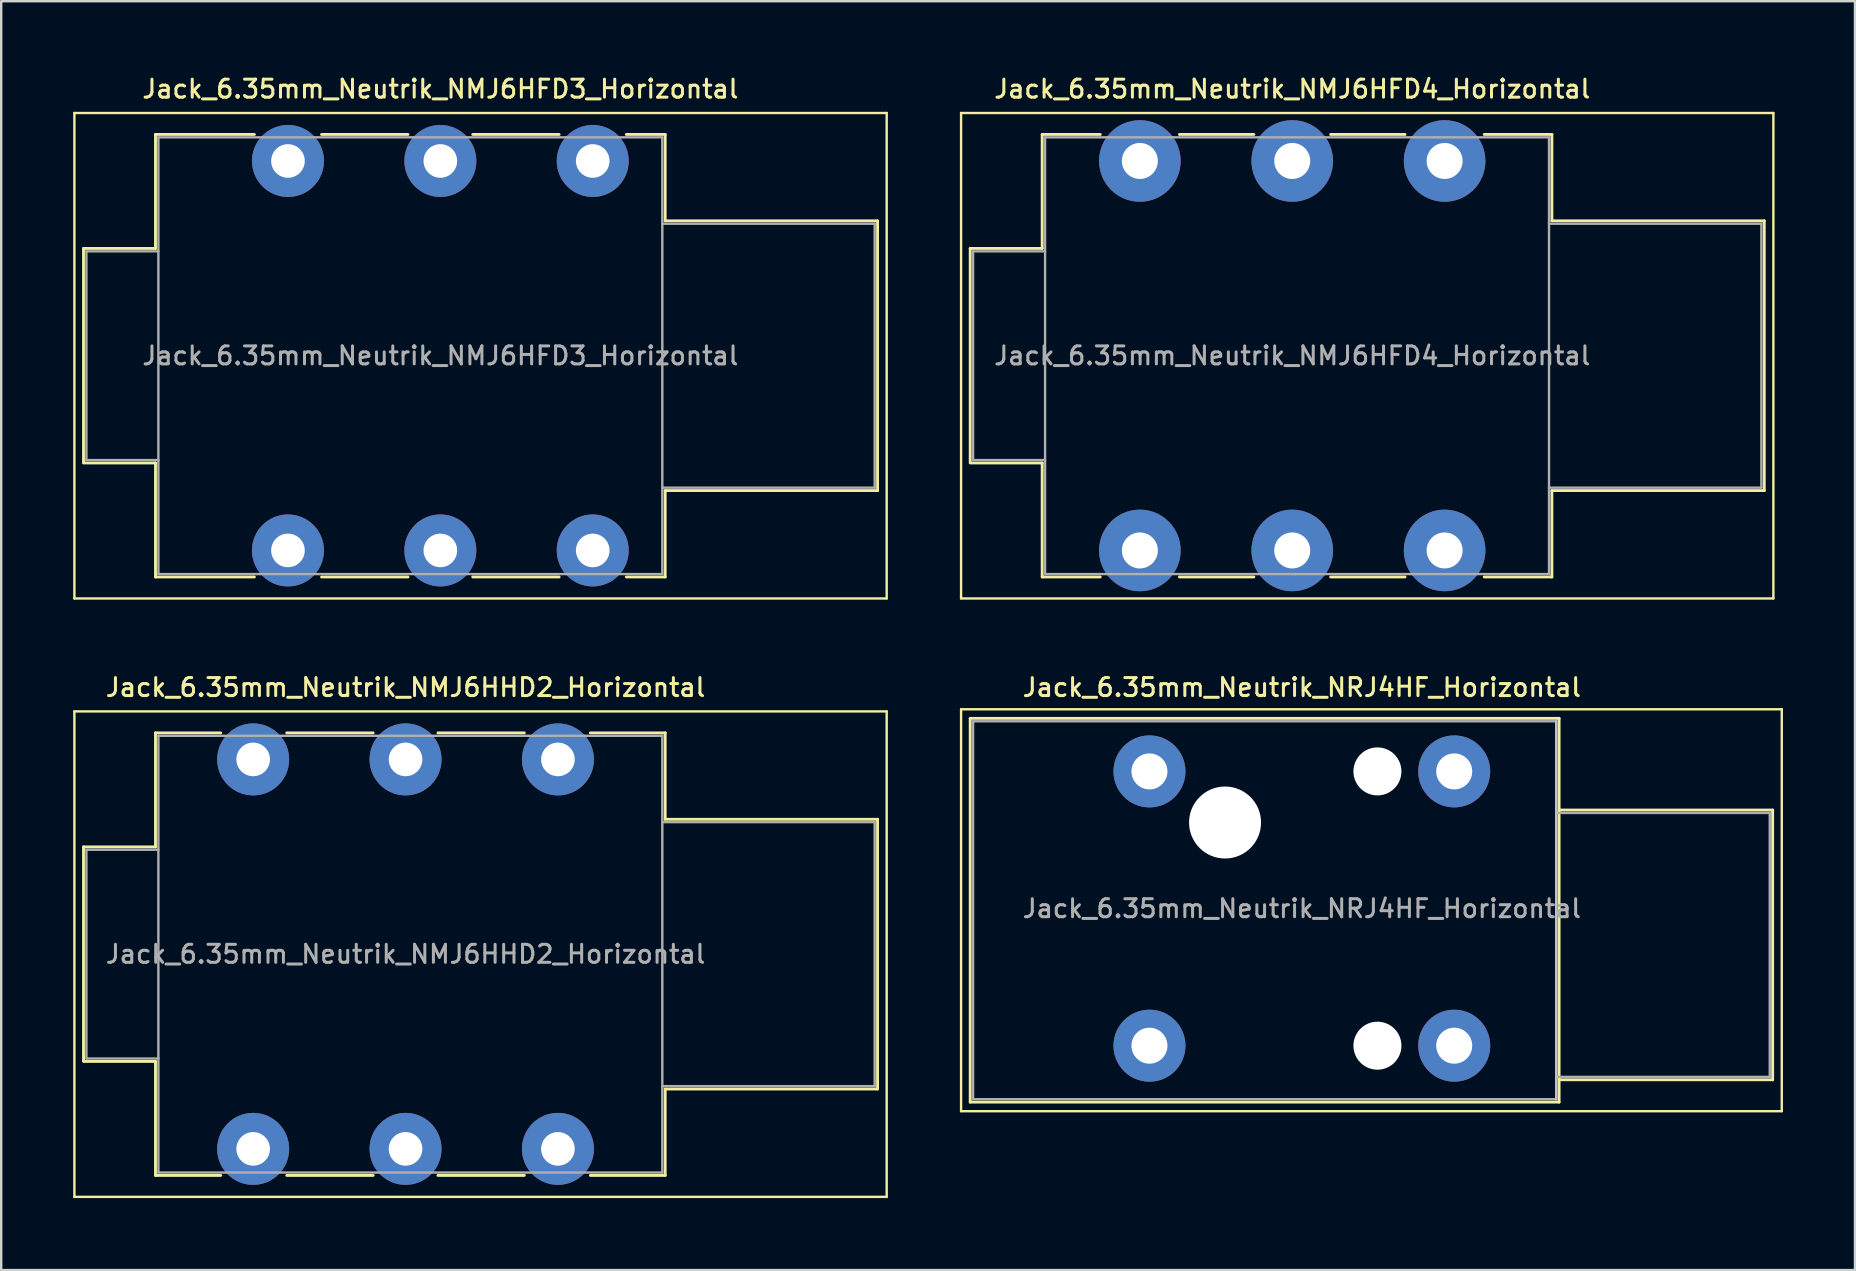
<source format=kicad_pcb>
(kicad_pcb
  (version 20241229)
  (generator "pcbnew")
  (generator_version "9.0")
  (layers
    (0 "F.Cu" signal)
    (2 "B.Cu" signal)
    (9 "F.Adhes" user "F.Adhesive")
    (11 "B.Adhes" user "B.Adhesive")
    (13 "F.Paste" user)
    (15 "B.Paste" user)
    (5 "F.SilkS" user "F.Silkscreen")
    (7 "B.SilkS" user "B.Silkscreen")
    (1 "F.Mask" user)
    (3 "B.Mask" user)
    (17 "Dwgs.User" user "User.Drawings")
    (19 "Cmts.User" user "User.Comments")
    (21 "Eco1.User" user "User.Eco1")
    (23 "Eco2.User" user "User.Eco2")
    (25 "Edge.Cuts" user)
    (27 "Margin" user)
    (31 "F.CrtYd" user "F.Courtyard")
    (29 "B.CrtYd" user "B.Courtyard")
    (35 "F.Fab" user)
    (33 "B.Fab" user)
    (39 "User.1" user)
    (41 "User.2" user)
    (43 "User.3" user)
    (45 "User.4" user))
  (footprint "Jack_6.35mm_Neutrik_NRJ4HF_Horizontal"
    (layer "F.Cu")
    (at 44.85 29.096)
    (property "Reference" "Jack_6.35mm_Neutrik_NRJ4HF_Horizontal" (at 6.35 -3.5 0) (layer "F.SilkS") (effects (font (size 0.75 0.75) (thickness 0.125))))
    (attr through_hole)
    (fp_line (start -7.85 14.16) (end -7.85 -2.59) (stroke (width 0.1) (type solid)) (layer "F.SilkS"))
    (fp_line (start -7.85 14.16) (end 26.35 14.16) (stroke (width 0.1) (type solid)) (layer "F.SilkS"))
    (fp_line (start -7.47 -2.21) (end 17.07 -2.21) (stroke (width 0.12) (type solid)) (layer "F.SilkS"))
    (fp_line (start -7.47 13.78) (end -7.47 -2.21) (stroke (width 0.12) (type solid)) (layer "F.SilkS"))
    (fp_line (start -7.47 13.78) (end 17.07 13.78) (stroke (width 0.12) (type solid)) (layer "F.SilkS"))
    (fp_line (start 17.07 -2.21) (end 17.07 13.78) (stroke (width 0.12) (type solid)) (layer "F.SilkS"))
    (fp_line (start 25.97 1.61) (end 17.07 1.61) (stroke (width 0.12) (type solid)) (layer "F.SilkS"))
    (fp_line (start 25.97 12.85) (end 17.07 12.85) (stroke (width 0.12) (type solid)) (layer "F.SilkS"))
    (fp_line (start 25.97 12.85) (end 25.97 1.61) (stroke (width 0.12) (type solid)) (layer "F.SilkS"))
    (fp_line (start 26.35 -2.59) (end -7.85 -2.59) (stroke (width 0.1) (type solid)) (layer "F.SilkS"))
    (fp_line (start 26.35 14.16) (end 26.35 -2.59) (stroke (width 0.1) (type solid)) (layer "F.SilkS"))
    (fp_line (start 16.95 -2.09) (end 16.95 13.66) (stroke (width 0.1) (type solid)) (layer "Dwgs.User"))
    (fp_line (start -7.35 -2.09) (end 16.95 -2.09) (stroke (width 0.1) (type solid)) (layer "F.Fab"))
    (fp_line (start -7.35 13.66) (end -7.35 -2.09) (stroke (width 0.1) (type solid)) (layer "F.Fab"))
    (fp_line (start 16.95 -2.09) (end 16.95 13.66) (stroke (width 0.1) (type solid)) (layer "F.Fab"))
    (fp_line (start 16.95 12.73) (end 25.85 12.73) (stroke (width 0.1) (type solid)) (layer "F.Fab"))
    (fp_line (start 16.95 13.66) (end -7.35 13.66) (stroke (width 0.1) (type solid)) (layer "F.Fab"))
    (fp_line (start 25.85 1.73) (end 16.95 1.73) (stroke (width 0.1) (type solid)) (layer "F.Fab"))
    (fp_line (start 25.85 12.73) (end 25.85 1.73) (stroke (width 0.1) (type solid)) (layer "F.Fab"))
    (fp_text user "${REFERENCE}" (at 6.35 5.715 0) (layer "F.Fab") (effects (font (size 0.75 0.75) (thickness 0.125))))
    (pad "" np_thru_hole circle (at 3.15 2.13) (size 3 3) (drill 3) (layers "*.Cu" "*.Mask"))
    (pad "" np_thru_hole circle (at 9.5 0) (size 2 2) (drill 2) (layers "*.Cu" "*.Mask"))
    (pad "" np_thru_hole circle (at 9.5 11.43) (size 2 2) (drill 2) (layers "*.Cu" "*.Mask"))
    (pad "S" thru_hole circle (at 12.7 0) (size 3 3) (drill 1.5) (layers "*.Cu" "*.Mask"))
    (pad "SN" thru_hole circle (at 12.7 11.43) (size 3 3) (drill 1.5) (layers "*.Cu" "*.Mask"))
    (pad "T" thru_hole circle (at 0 0) (size 3 3) (drill 1.5) (layers "*.Cu" "*.Mask"))
    (pad "TN" thru_hole circle (at 0 11.43) (size 3 3) (drill 1.5) (layers "*.Cu" "*.Mask")))
  (footprint "Jack_6.35mm_Neutrik_NMJ6HFD3_Horizontal"
    (layer "F.Cu")
    (at 8.95 3.658)
    (property "Reference" "Jack_6.35mm_Neutrik_NMJ6HFD3_Horizontal" (at 6.35 -3 0) (layer "F.SilkS") (effects (font (size 0.75 0.75) (thickness 0.125))))
    (attr through_hole)
    (fp_line (start -8.9 18.23) (end -8.9 -2) (stroke (width 0.1) (type solid)) (layer "F.SilkS"))
    (fp_line (start -8.9 18.23) (end 24.95 18.23) (stroke (width 0.1) (type solid)) (layer "F.SilkS"))
    (fp_line (start -8.52 3.645) (end -5.52 3.645) (stroke (width 0.12) (type solid)) (layer "F.SilkS"))
    (fp_line (start -8.52 12.545) (end -8.52 3.645) (stroke (width 0.12) (type solid)) (layer "F.SilkS"))
    (fp_line (start -8.52 12.585) (end -5.52 12.585) (stroke (width 0.12) (type solid)) (layer "F.SilkS"))
    (fp_line (start -5.52 -1.105) (end -1.4 -1.105) (stroke (width 0.12) (type solid)) (layer "F.SilkS"))
    (fp_line (start -5.52 3.645) (end -5.52 -1.105) (stroke (width 0.12) (type solid)) (layer "F.SilkS"))
    (fp_line (start -5.52 17.335) (end -5.52 12.585) (stroke (width 0.12) (type solid)) (layer "F.SilkS"))
    (fp_line (start -1.4 17.335) (end -5.52 17.335) (stroke (width 0.12) (type solid)) (layer "F.SilkS"))
    (fp_line (start 1.4 -1.105) (end 5 -1.105) (stroke (width 0.12) (type solid)) (layer "F.SilkS"))
    (fp_line (start 5 17.335) (end 1.4 17.335) (stroke (width 0.12) (type solid)) (layer "F.SilkS"))
    (fp_line (start 7.7 -1.105) (end 11.3 -1.105) (stroke (width 0.12) (type solid)) (layer "F.SilkS"))
    (fp_line (start 11.3 17.335) (end 7.7 17.335) (stroke (width 0.12) (type solid)) (layer "F.SilkS"))
    (fp_line (start 15.72 -1.105) (end 14.1 -1.105) (stroke (width 0.12) (type solid)) (layer "F.SilkS"))
    (fp_line (start 15.72 2.495) (end 15.72 -1.105) (stroke (width 0.12) (type solid)) (layer "F.SilkS"))
    (fp_line (start 15.72 2.495) (end 24.57 2.495) (stroke (width 0.12) (type solid)) (layer "F.SilkS"))
    (fp_line (start 15.72 13.735) (end 24.57 13.735) (stroke (width 0.12) (type solid)) (layer "F.SilkS"))
    (fp_line (start 15.72 17.335) (end 14.1 17.335) (stroke (width 0.12) (type solid)) (layer "F.SilkS"))
    (fp_line (start 15.72 17.335) (end 15.72 13.735) (stroke (width 0.12) (type solid)) (layer "F.SilkS"))
    (fp_line (start 24.57 13.735) (end 24.57 2.495) (stroke (width 0.12) (type solid)) (layer "F.SilkS"))
    (fp_line (start 24.95 -2) (end -8.9 -2) (stroke (width 0.1) (type solid)) (layer "F.SilkS"))
    (fp_line (start 24.95 18.23) (end 24.95 -2) (stroke (width 0.1) (type solid)) (layer "F.SilkS"))
    (fp_line (start -8.4 3.765) (end -5.4 3.765) (stroke (width 0.1) (type solid)) (layer "F.Fab"))
    (fp_line (start -8.4 12.465) (end -8.4 3.765) (stroke (width 0.1) (type solid)) (layer "F.Fab"))
    (fp_line (start -8.4 12.465) (end -5.4 12.465) (stroke (width 0.1) (type solid)) (layer "F.Fab"))
    (fp_line (start -5.4 17.215) (end -5.4 -0.985) (stroke (width 0.1) (type solid)) (layer "F.Fab"))
    (fp_line (start 15.6 -0.985) (end -5.4 -0.985) (stroke (width 0.1) (type solid)) (layer "F.Fab"))
    (fp_line (start 15.6 17.215) (end -5.4 17.215) (stroke (width 0.1) (type solid)) (layer "F.Fab"))
    (fp_line (start 15.6 17.215) (end 15.6 -0.985) (stroke (width 0.1) (type solid)) (layer "F.Fab"))
    (fp_line (start 24.45 2.615) (end 15.6 2.615) (stroke (width 0.1) (type solid)) (layer "F.Fab"))
    (fp_line (start 24.45 13.615) (end 15.6 13.615) (stroke (width 0.1) (type solid)) (layer "F.Fab"))
    (fp_line (start 24.45 13.615) (end 24.45 2.615) (stroke (width 0.1) (type solid)) (layer "F.Fab"))
    (fp_text user "${REFERENCE}" (at 6.35 8.115 0) (layer "F.Fab") (effects (font (size 0.75 0.75) (thickness 0.125))))
    (pad "R" thru_hole circle (at 6.35 0) (size 3 3) (drill 1.4) (layers "*.Cu" "*.Mask"))
    (pad "RN" thru_hole circle (at 6.35 16.23) (size 3 3) (drill 1.4) (layers "*.Cu" "*.Mask"))
    (pad "S" thru_hole circle (at 12.7 0) (size 3 3) (drill 1.4) (layers "*.Cu" "*.Mask"))
    (pad "SN" thru_hole circle (at 12.7 16.23) (size 3 3) (drill 1.4) (layers "*.Cu" "*.Mask"))
    (pad "T" thru_hole circle (at 0 0) (size 3 3) (drill 1.4) (layers "*.Cu" "*.Mask"))
    (pad "TN" thru_hole circle (at 0 16.23) (size 3 3) (drill 1.4) (layers "*.Cu" "*.Mask")))
  (footprint "Jack_6.35mm_Neutrik_NMJ6HHD2_Horizontal"
    (layer "F.Cu")
    (at 7.5 28.596)
    (property "Reference" "Jack_6.35mm_Neutrik_NMJ6HHD2_Horizontal" (at 6.35 -3 0) (layer "F.SilkS") (effects (font (size 0.75 0.75) (thickness 0.125))))
    (attr through_hole)
    (fp_line (start -7.45 18.23) (end -7.45 -2) (stroke (width 0.1) (type solid)) (layer "F.SilkS"))
    (fp_line (start -7.45 18.23) (end 26.4 18.23) (stroke (width 0.1) (type solid)) (layer "F.SilkS"))
    (fp_line (start -7.07 3.645) (end -4.07 3.645) (stroke (width 0.12) (type solid)) (layer "F.SilkS"))
    (fp_line (start -7.07 12.545) (end -7.07 3.645) (stroke (width 0.12) (type solid)) (layer "F.SilkS"))
    (fp_line (start -7.07 12.585) (end -4.07 12.585) (stroke (width 0.12) (type solid)) (layer "F.SilkS"))
    (fp_line (start -4.07 -1.105) (end -1.35 -1.105) (stroke (width 0.12) (type solid)) (layer "F.SilkS"))
    (fp_line (start -4.07 3.645) (end -4.07 -1.105) (stroke (width 0.12) (type solid)) (layer "F.SilkS"))
    (fp_line (start -4.07 17.335) (end -4.07 12.585) (stroke (width 0.12) (type solid)) (layer "F.SilkS"))
    (fp_line (start -1.35 17.335) (end -4.07 17.335) (stroke (width 0.12) (type solid)) (layer "F.SilkS"))
    (fp_line (start 1.4 -1.105) (end 5 -1.105) (stroke (width 0.12) (type solid)) (layer "F.SilkS"))
    (fp_line (start 5 17.335) (end 1.4 17.335) (stroke (width 0.12) (type solid)) (layer "F.SilkS"))
    (fp_line (start 7.7 -1.105) (end 11.3 -1.105) (stroke (width 0.12) (type solid)) (layer "F.SilkS"))
    (fp_line (start 11.3 17.335) (end 7.7 17.335) (stroke (width 0.12) (type solid)) (layer "F.SilkS"))
    (fp_line (start 17.17 -1.105) (end 14.05 -1.105) (stroke (width 0.12) (type solid)) (layer "F.SilkS"))
    (fp_line (start 17.17 2.495) (end 17.17 -1.105) (stroke (width 0.12) (type solid)) (layer "F.SilkS"))
    (fp_line (start 17.17 2.495) (end 26.02 2.495) (stroke (width 0.12) (type solid)) (layer "F.SilkS"))
    (fp_line (start 17.17 13.735) (end 26.02 13.735) (stroke (width 0.12) (type solid)) (layer "F.SilkS"))
    (fp_line (start 17.17 17.335) (end 14.05 17.335) (stroke (width 0.12) (type solid)) (layer "F.SilkS"))
    (fp_line (start 17.17 17.335) (end 17.17 13.735) (stroke (width 0.12) (type solid)) (layer "F.SilkS"))
    (fp_line (start 26.02 13.735) (end 26.02 2.495) (stroke (width 0.12) (type solid)) (layer "F.SilkS"))
    (fp_line (start 26.4 -2) (end -7.45 -2) (stroke (width 0.1) (type solid)) (layer "F.SilkS"))
    (fp_line (start 26.4 18.23) (end 26.4 -2) (stroke (width 0.1) (type solid)) (layer "F.SilkS"))
    (fp_line (start -6.95 3.765) (end -3.95 3.765) (stroke (width 0.1) (type solid)) (layer "F.Fab"))
    (fp_line (start -6.95 12.465) (end -6.95 3.765) (stroke (width 0.1) (type solid)) (layer "F.Fab"))
    (fp_line (start -6.95 12.465) (end -3.95 12.465) (stroke (width 0.1) (type solid)) (layer "F.Fab"))
    (fp_line (start -3.95 17.215) (end -3.95 -0.985) (stroke (width 0.1) (type solid)) (layer "F.Fab"))
    (fp_line (start 17.05 -0.985) (end -3.95 -0.985) (stroke (width 0.1) (type solid)) (layer "F.Fab"))
    (fp_line (start 17.05 17.215) (end -3.95 17.215) (stroke (width 0.1) (type solid)) (layer "F.Fab"))
    (fp_line (start 17.05 17.215) (end 17.05 -0.985) (stroke (width 0.1) (type solid)) (layer "F.Fab"))
    (fp_line (start 25.9 2.615) (end 17.05 2.615) (stroke (width 0.1) (type solid)) (layer "F.Fab"))
    (fp_line (start 25.9 13.615) (end 17.05 13.615) (stroke (width 0.1) (type solid)) (layer "F.Fab"))
    (fp_line (start 25.9 13.615) (end 25.9 2.615) (stroke (width 0.1) (type solid)) (layer "F.Fab"))
    (fp_text user "${REFERENCE}" (at 6.35 8.115 0) (layer "F.Fab") (effects (font (size 0.75 0.75) (thickness 0.125))))
    (pad "R" thru_hole circle (at 6.35 0) (size 3 3) (drill 1.4) (layers "*.Cu" "*.Mask"))
    (pad "RN" thru_hole circle (at 6.35 16.23) (size 3 3) (drill 1.4) (layers "*.Cu" "*.Mask"))
    (pad "S" thru_hole circle (at 12.7 0) (size 3 3) (drill 1.4) (layers "*.Cu" "*.Mask"))
    (pad "SN" thru_hole circle (at 12.7 16.23) (size 3 3) (drill 1.4) (layers "*.Cu" "*.Mask"))
    (pad "T" thru_hole circle (at 0 0) (size 3 3) (drill 1.4) (layers "*.Cu" "*.Mask"))
    (pad "TN" thru_hole circle (at 0 16.23) (size 3 3) (drill 1.4) (layers "*.Cu" "*.Mask")))
  (footprint "Jack_6.35mm_Neutrik_NMJ6HFD4_Horizontal"
    (layer "F.Cu")
    (at 44.45 3.658)
    (property "Reference" "Jack_6.35mm_Neutrik_NMJ6HFD4_Horizontal" (at 6.35 -3 0) (layer "F.SilkS") (effects (font (size 0.75 0.75) (thickness 0.125))))
    (attr through_hole)
    (fp_line (start -7.45 18.23) (end -7.45 -2) (stroke (width 0.1) (type solid)) (layer "F.SilkS"))
    (fp_line (start -7.45 18.23) (end 26.4 18.23) (stroke (width 0.1) (type solid)) (layer "F.SilkS"))
    (fp_line (start -7.07 3.645) (end -4.07 3.645) (stroke (width 0.12) (type solid)) (layer "F.SilkS"))
    (fp_line (start -7.07 12.545) (end -7.07 3.645) (stroke (width 0.12) (type solid)) (layer "F.SilkS"))
    (fp_line (start -7.07 12.585) (end -4.07 12.585) (stroke (width 0.12) (type solid)) (layer "F.SilkS"))
    (fp_line (start -4.07 -1.105) (end -1.65 -1.105) (stroke (width 0.12) (type solid)) (layer "F.SilkS"))
    (fp_line (start -4.07 3.645) (end -4.07 -1.105) (stroke (width 0.12) (type solid)) (layer "F.SilkS"))
    (fp_line (start -4.07 17.335) (end -4.07 12.585) (stroke (width 0.12) (type solid)) (layer "F.SilkS"))
    (fp_line (start -1.65 17.335) (end -4.07 17.335) (stroke (width 0.12) (type solid)) (layer "F.SilkS"))
    (fp_line (start 1.65 -1.105) (end 4.75 -1.105) (stroke (width 0.12) (type solid)) (layer "F.SilkS"))
    (fp_line (start 4.75 17.335) (end 1.65 17.335) (stroke (width 0.12) (type solid)) (layer "F.SilkS"))
    (fp_line (start 7.95 -1.105) (end 11.05 -1.105) (stroke (width 0.12) (type solid)) (layer "F.SilkS"))
    (fp_line (start 11.05 17.335) (end 7.95 17.335) (stroke (width 0.12) (type solid)) (layer "F.SilkS"))
    (fp_line (start 17.17 -1.105) (end 14.35 -1.105) (stroke (width 0.12) (type solid)) (layer "F.SilkS"))
    (fp_line (start 17.17 2.495) (end 17.17 -1.105) (stroke (width 0.12) (type solid)) (layer "F.SilkS"))
    (fp_line (start 17.17 2.495) (end 26.02 2.495) (stroke (width 0.12) (type solid)) (layer "F.SilkS"))
    (fp_line (start 17.17 13.735) (end 26.02 13.735) (stroke (width 0.12) (type solid)) (layer "F.SilkS"))
    (fp_line (start 17.17 17.335) (end 14.35 17.335) (stroke (width 0.12) (type solid)) (layer "F.SilkS"))
    (fp_line (start 17.17 17.335) (end 17.17 13.735) (stroke (width 0.12) (type solid)) (layer "F.SilkS"))
    (fp_line (start 26.02 13.735) (end 26.02 2.495) (stroke (width 0.12) (type solid)) (layer "F.SilkS"))
    (fp_line (start 26.4 -2) (end -7.45 -2) (stroke (width 0.1) (type solid)) (layer "F.SilkS"))
    (fp_line (start 26.4 18.23) (end 26.4 -2) (stroke (width 0.1) (type solid)) (layer "F.SilkS"))
    (fp_line (start -6.95 3.765) (end -3.95 3.765) (stroke (width 0.1) (type solid)) (layer "F.Fab"))
    (fp_line (start -6.95 12.465) (end -6.95 3.765) (stroke (width 0.1) (type solid)) (layer "F.Fab"))
    (fp_line (start -6.95 12.465) (end -3.95 12.465) (stroke (width 0.1) (type solid)) (layer "F.Fab"))
    (fp_line (start -3.95 17.215) (end -3.95 -0.985) (stroke (width 0.1) (type solid)) (layer "F.Fab"))
    (fp_line (start 17.05 -0.985) (end -3.95 -0.985) (stroke (width 0.1) (type solid)) (layer "F.Fab"))
    (fp_line (start 17.05 17.215) (end -3.95 17.215) (stroke (width 0.1) (type solid)) (layer "F.Fab"))
    (fp_line (start 17.05 17.215) (end 17.05 -0.985) (stroke (width 0.1) (type solid)) (layer "F.Fab"))
    (fp_line (start 25.9 2.615) (end 17.05 2.615) (stroke (width 0.1) (type solid)) (layer "F.Fab"))
    (fp_line (start 25.9 13.615) (end 17.05 13.615) (stroke (width 0.1) (type solid)) (layer "F.Fab"))
    (fp_line (start 25.9 13.615) (end 25.9 2.615) (stroke (width 0.1) (type solid)) (layer "F.Fab"))
    (fp_text user "${REFERENCE}" (at 6.35 8.115 0) (layer "F.Fab") (effects (font (size 0.75 0.75) (thickness 0.125))))
    (pad "R" thru_hole circle (at 6.35 0) (size 3.4 3.4) (drill 1.5) (layers "*.Cu" "*.Mask"))
    (pad "RN" thru_hole circle (at 6.35 16.23) (size 3.4 3.4) (drill 1.5) (layers "*.Cu" "*.Mask"))
    (pad "S" thru_hole circle (at 12.7 0) (size 3.4 3.4) (drill 1.5) (layers "*.Cu" "*.Mask"))
    (pad "SN" thru_hole circle (at 12.7 16.23) (size 3.4 3.4) (drill 1.5) (layers "*.Cu" "*.Mask"))
    (pad "T" thru_hole circle (at 0 0) (size 3.4 3.4) (drill 1.5) (layers "*.Cu" "*.Mask"))
    (pad "TN" thru_hole circle (at 0 16.23) (size 3.4 3.4) (drill 1.5) (layers "*.Cu" "*.Mask")))
  (gr_rect
    (start -3 -3)
    (end 74.25 49.876)
    (stroke (width 0.1) (type default))
    (fill no)
    (layer "Edge.Cuts")))
</source>
